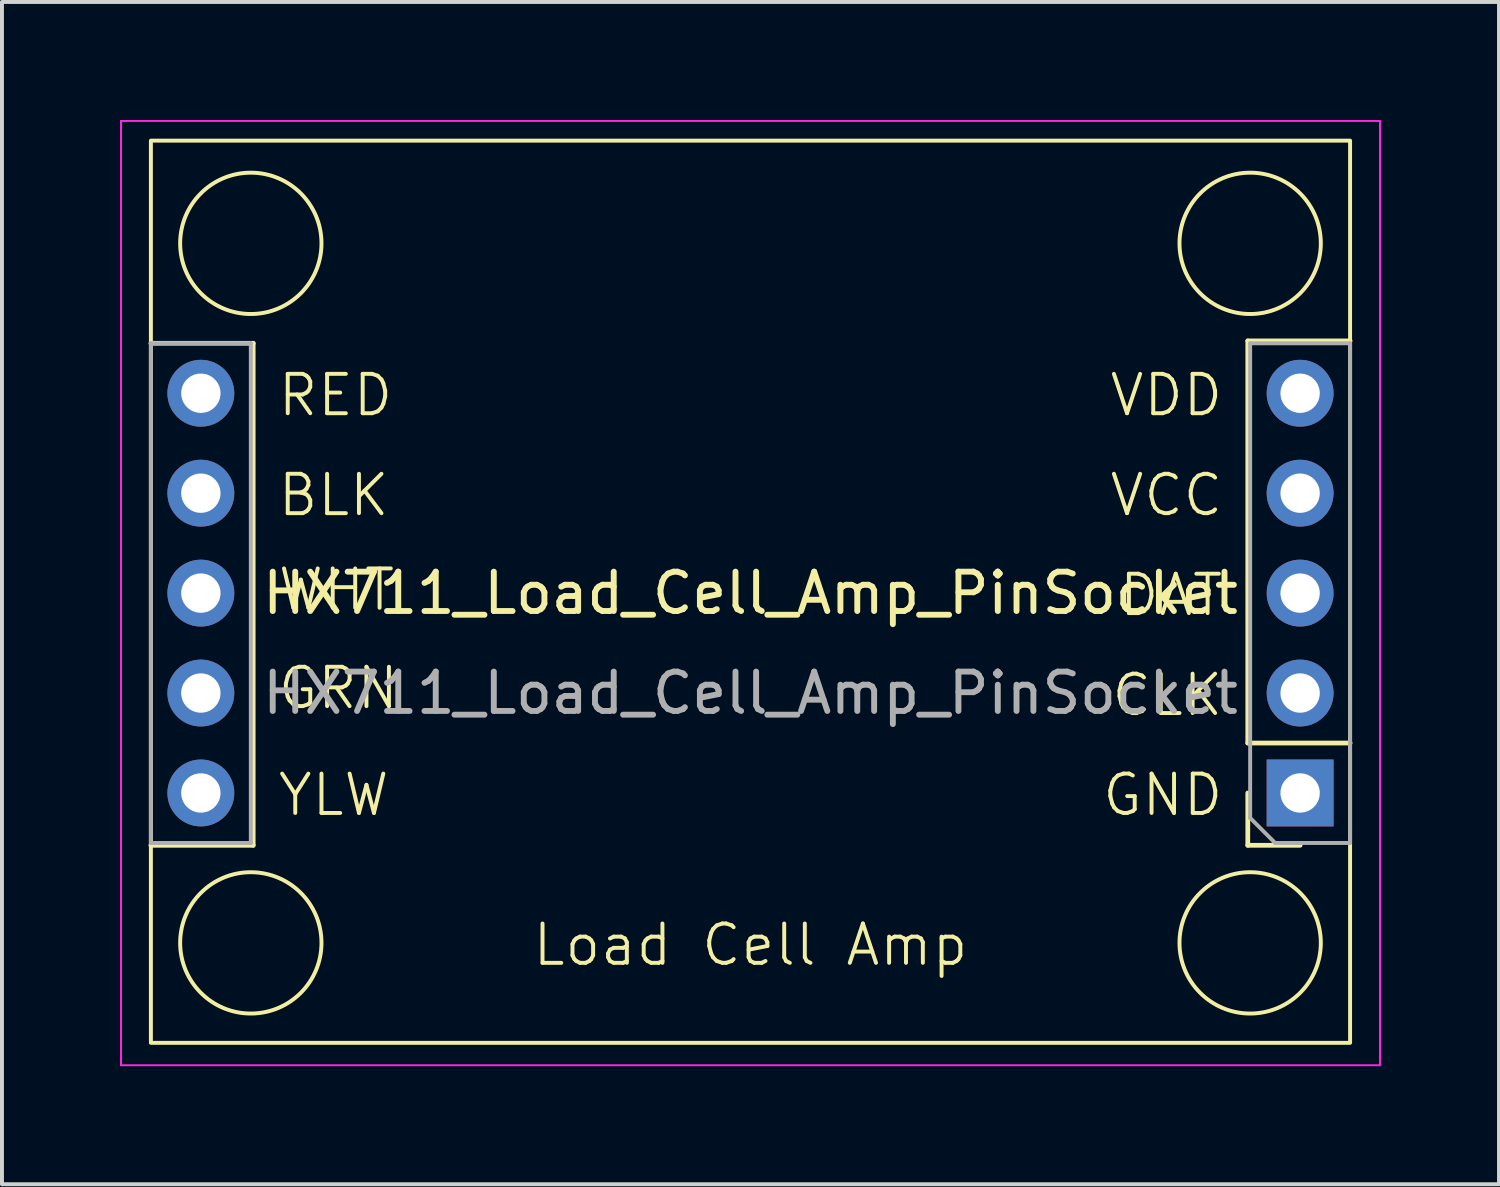
<source format=kicad_pcb>
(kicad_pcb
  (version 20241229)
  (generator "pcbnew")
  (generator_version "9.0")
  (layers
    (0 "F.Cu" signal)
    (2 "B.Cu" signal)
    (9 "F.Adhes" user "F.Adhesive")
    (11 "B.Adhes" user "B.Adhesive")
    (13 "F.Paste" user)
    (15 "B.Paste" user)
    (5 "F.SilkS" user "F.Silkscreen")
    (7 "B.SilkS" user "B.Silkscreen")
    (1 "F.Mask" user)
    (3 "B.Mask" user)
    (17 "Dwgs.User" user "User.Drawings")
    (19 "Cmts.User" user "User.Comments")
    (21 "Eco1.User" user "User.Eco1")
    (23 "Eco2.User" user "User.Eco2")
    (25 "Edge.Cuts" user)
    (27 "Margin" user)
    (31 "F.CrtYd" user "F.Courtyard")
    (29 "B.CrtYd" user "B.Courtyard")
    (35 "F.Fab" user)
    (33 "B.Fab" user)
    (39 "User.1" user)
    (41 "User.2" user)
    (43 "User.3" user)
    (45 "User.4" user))
  (footprint "HX711_Load_Cell_Amp_PinSocket"
    (layer "F.Cu")
    (at 16.025 12.025)
    (property "Reference" "HX711_Load_Cell_Amp_PinSocket" (at 0 0 0) (layer "F.SilkS") (effects (font (size 1 1) (thickness 0.15))))
    (attr through_hole)
    (fp_line (start -15.24 -6.35) (end -12.64 -6.35) (stroke (width 0.12) (type solid)) (layer "F.SilkS"))
    (fp_line (start -15.24 6.41) (end -12.64 6.41) (stroke (width 0.12) (type solid)) (layer "F.SilkS"))
    (fp_line (start -12.64 -6.35) (end -12.64 6.41) (stroke (width 0.12) (type solid)) (layer "F.SilkS"))
    (fp_line (start 12.64 3.81) (end 12.64 -6.41) (stroke (width 0.12) (type solid)) (layer "F.SilkS"))
    (fp_line (start 12.64 6.41) (end 12.64 5.08) (stroke (width 0.12) (type solid)) (layer "F.SilkS"))
    (fp_line (start 13.97 6.41) (end 12.64 6.41) (stroke (width 0.12) (type solid)) (layer "F.SilkS"))
    (fp_line (start 15.24 -6.41) (end 12.64 -6.41) (stroke (width 0.12) (type solid)) (layer "F.SilkS"))
    (fp_line (start 15.24 3.81) (end 12.64 3.81) (stroke (width 0.12) (type solid)) (layer "F.SilkS"))
    (fp_rect (start -15.24 -11.5) (end 15.24 11.43) (stroke (width 0.1) (type default)) (fill no) (layer "F.SilkS"))
    (fp_circle (center -12.7 -8.89) (end -13.97 -10.16) (stroke (width 0.1) (type default)) (fill no) (layer "F.SilkS"))
    (fp_circle (center -12.7 8.89) (end -13.97 10.16) (stroke (width 0.1) (type default)) (fill no) (layer "F.SilkS"))
    (fp_circle (center 12.7 -8.89) (end 13.97 -10.16) (stroke (width 0.1) (type default)) (fill no) (layer "F.SilkS"))
    (fp_circle (center 12.7 8.89) (end 13.97 10.16) (stroke (width 0.1) (type default)) (fill no) (layer "F.SilkS"))
    (fp_line (start -16 -12) (end 16 -12) (stroke (width 0.05) (type solid)) (layer "F.CrtYd"))
    (fp_line (start -16 12) (end -16 -12) (stroke (width 0.05) (type solid)) (layer "F.CrtYd"))
    (fp_line (start 16 -12) (end 16 12) (stroke (width 0.05) (type solid)) (layer "F.CrtYd"))
    (fp_line (start 16 12) (end -16 12) (stroke (width 0.05) (type solid)) (layer "F.CrtYd"))
    (fp_line (start -15.24 -6.35) (end -12.7 -6.35) (stroke (width 0.1) (type solid)) (layer "F.Fab"))
    (fp_line (start -15.24 6.35) (end -15.24 -6.35) (stroke (width 0.1) (type solid)) (layer "F.Fab"))
    (fp_line (start -12.7 -6.35) (end -12.7 6.35) (stroke (width 0.1) (type solid)) (layer "F.Fab"))
    (fp_line (start -12.7 6.35) (end -15.24 6.35) (stroke (width 0.1) (type solid)) (layer "F.Fab"))
    (fp_line (start 12.7 -6.35) (end 15.24 -6.35) (stroke (width 0.1) (type solid)) (layer "F.Fab"))
    (fp_line (start 12.7 5.715) (end 12.7 -6.35) (stroke (width 0.1) (type solid)) (layer "F.Fab"))
    (fp_line (start 13.335 6.35) (end 12.7 5.715) (stroke (width 0.1) (type solid)) (layer "F.Fab"))
    (fp_line (start 15.24 -6.35) (end 15.24 6.35) (stroke (width 0.1) (type solid)) (layer "F.Fab"))
    (fp_line (start 15.24 6.35) (end 13.335 6.35) (stroke (width 0.1) (type solid)) (layer "F.Fab"))
    (fp_text user "CLK" (at 12.065 3.175 0) (unlocked yes) (layer "F.SilkS") (effects (font (size 1 1) (thickness 0.1)) (justify right bottom)))
    (fp_text user "GRN" (at -12.065 3 0) (unlocked yes) (layer "F.SilkS") (effects (font (size 1 1) (thickness 0.1)) (justify left bottom)))
    (fp_text user "VDD" (at 12.065 -4.445 0) (unlocked yes) (layer "F.SilkS") (effects (font (size 1 1) (thickness 0.1)) (justify right bottom)))
    (fp_text user "VCC" (at 12.065 -1.905 0) (unlocked yes) (layer "F.SilkS") (effects (font (size 1 1) (thickness 0.1)) (justify right bottom)))
    (fp_text user "GND" (at 8.89 5.715 0) (unlocked yes) (layer "F.SilkS") (effects (font (size 1 1) (thickness 0.1)) (justify left bottom)))
    (fp_text user "BLK" (at -12.065 -1.905 0) (unlocked yes) (layer "F.SilkS") (effects (font (size 1 1) (thickness 0.1)) (justify left bottom)))
    (fp_text user "WHT" (at -12.065 0.5 0) (unlocked yes) (layer "F.SilkS") (effects (font (size 1 1) (thickness 0.1)) (justify left bottom)))
    (fp_text user "DAT" (at 12.065 0.635 0) (unlocked yes) (layer "F.SilkS") (effects (font (size 1 1) (thickness 0.1)) (justify right bottom)))
    (fp_text user "Load Cell Amp" (at 0 9.525 0) (unlocked yes) (layer "F.SilkS") (effects (font (size 1 1) (thickness 0.1)) (justify bottom)))
    (fp_text user "YLW" (at -12.065 5.715 0) (unlocked yes) (layer "F.SilkS") (effects (font (size 1 1) (thickness 0.1)) (justify left bottom)))
    (fp_text user "RED" (at -12.065 -4.445 0) (unlocked yes) (layer "F.SilkS") (effects (font (size 1 1) (thickness 0.1)) (justify left bottom)))
    (fp_text user "${REFERENCE}" (at 0 2.54 180) (layer "F.Fab") (effects (font (size 1 1) (thickness 0.15))))
    (pad "1" thru_hole rect (at 13.97 5.08 180) (size 1.7 1.7) (drill 1) (layers "*.Cu" "*.Mask"))
    (pad "2" thru_hole oval (at 13.97 2.54 180) (size 1.7 1.7) (drill 1) (layers "*.Cu" "*.Mask"))
    (pad "3" thru_hole oval (at 13.97 0 180) (size 1.7 1.7) (drill 1) (layers "*.Cu" "*.Mask"))
    (pad "4" thru_hole oval (at 13.97 -2.54 180) (size 1.7 1.7) (drill 1) (layers "*.Cu" "*.Mask"))
    (pad "5" thru_hole oval (at 13.97 -5.08 180) (size 1.7 1.7) (drill 1) (layers "*.Cu" "*.Mask"))
    (pad "6" thru_hole circle (at -13.97 -5.08) (size 1.7 1.7) (drill 1) (layers "*.Cu" "*.Mask"))
    (pad "7" thru_hole oval (at -13.97 -2.54) (size 1.7 1.7) (drill 1) (layers "*.Cu" "*.Mask"))
    (pad "8" thru_hole oval (at -13.97 0) (size 1.7 1.7) (drill 1) (layers "*.Cu" "*.Mask"))
    (pad "9" thru_hole oval (at -13.97 2.54) (size 1.7 1.7) (drill 1) (layers "*.Cu" "*.Mask"))
    (pad "10" thru_hole oval (at -13.97 5.08) (size 1.7 1.7) (drill 1) (layers "*.Cu" "*.Mask")))
  (gr_rect
    (start -3 -3)
    (end 35.05 27.05)
    (stroke (width 0.1) (type default))
    (fill no)
    (layer "Edge.Cuts")))
</source>
